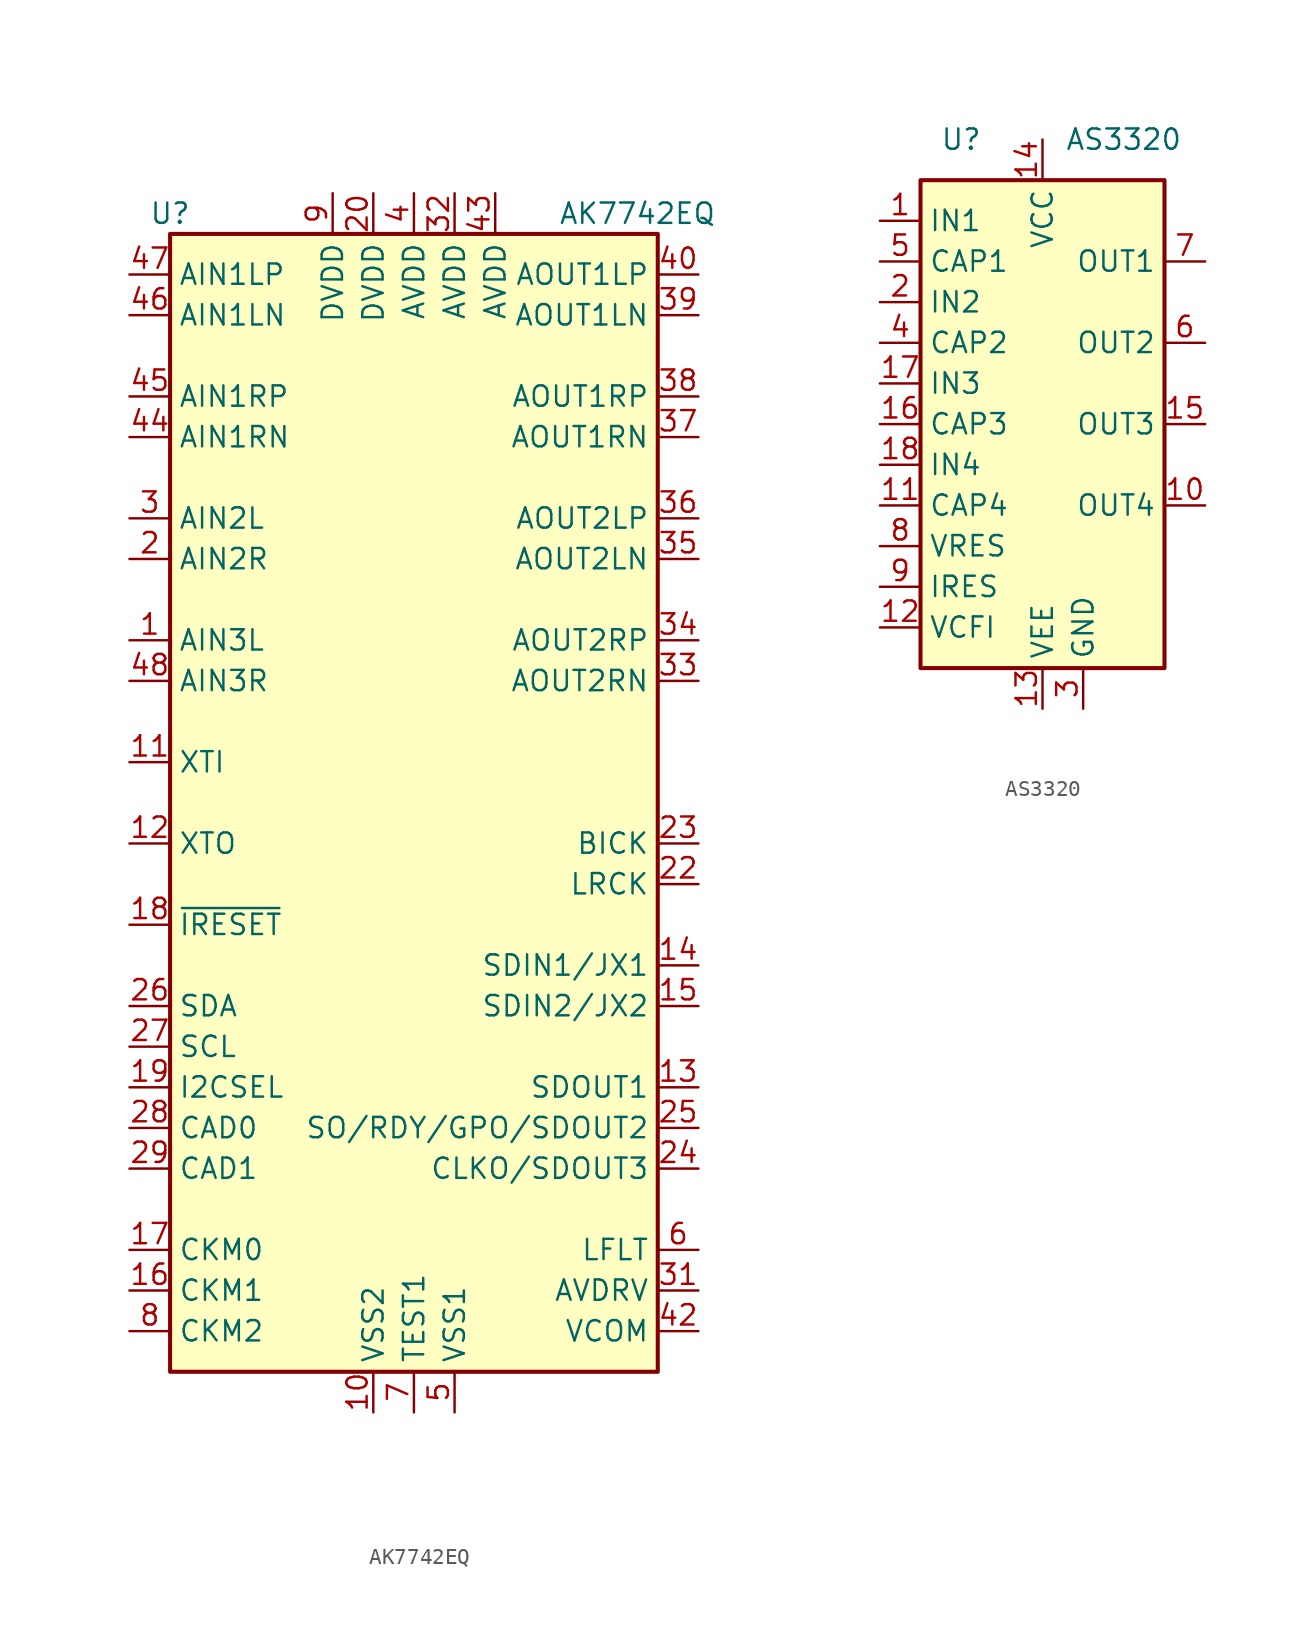
<source format=kicad_sym>
(kicad_symbol_lib
  (version 20231120)
  (generator "kicad_symbol_editor")
  (generator_version "8.0")
  (symbol "AK7742EQ"
    (property "Reference" "U"
      (at -15.24 36.83 0)
      (effects (font (size 1.27 1.27))))
    (property "Value" "AK7742EQ"
      (at 13.97 36.83 0)
      (effects (font (size 1.27 1.27))))
    (symbol "AK7742EQ_0_1"
      (rectangle (start -15.24 35.56) (end 15.24 -35.56) (stroke (width 0.254) (type solid)) (fill (type background))))
    (symbol "AK7742EQ_1_1"
      (pin input line (at -17.78 10.16 0) (length 2.54) (name "AIN3L" (effects (font (size 1.27 1.27)))) (number "1" (effects (font (size 1.27 1.27)))))
      (pin power_in line (at -2.54 -38.1 90) (length 2.54) (name "VSS2" (effects (font (size 1.27 1.27)))) (number "10" (effects (font (size 1.27 1.27)))))
      (pin input line (at -17.78 2.54 0) (length 2.54) (name "XTI" (effects (font (size 1.27 1.27)))) (number "11" (effects (font (size 1.27 1.27)))))
      (pin output line (at -17.78 -2.54 0) (length 2.54) (name "XTO" (effects (font (size 1.27 1.27)))) (number "12" (effects (font (size 1.27 1.27)))))
      (pin output line (at 17.78 -17.78 180) (length 2.54) (name "SDOUT1" (effects (font (size 1.27 1.27)))) (number "13" (effects (font (size 1.27 1.27)))))
      (pin input line (at 17.78 -10.16 180) (length 2.54) (name "SDIN1/JX1" (effects (font (size 1.27 1.27)))) (number "14" (effects (font (size 1.27 1.27)))))
      (pin input line (at 17.78 -12.7 180) (length 2.54) (name "SDIN2/JX2" (effects (font (size 1.27 1.27)))) (number "15" (effects (font (size 1.27 1.27)))))
      (pin input line (at -17.78 -30.48 0) (length 2.54) (name "CKM1" (effects (font (size 1.27 1.27)))) (number "16" (effects (font (size 1.27 1.27)))))
      (pin input line (at -17.78 -27.94 0) (length 2.54) (name "CKM0" (effects (font (size 1.27 1.27)))) (number "17" (effects (font (size 1.27 1.27)))))
      (pin input line (at -17.78 -7.62 0) (length 2.54) (name "~{IRESET}" (effects (font (size 1.27 1.27)))) (number "18" (effects (font (size 1.27 1.27)))))
      (pin input line (at -17.78 -17.78 0) (length 2.54) (name "I2CSEL" (effects (font (size 1.27 1.27)))) (number "19" (effects (font (size 1.27 1.27)))))
      (pin input line (at -17.78 15.24 0) (length 2.54) (name "AIN2R" (effects (font (size 1.27 1.27)))) (number "2" (effects (font (size 1.27 1.27)))))
      (pin power_in line (at -2.54 38.1 270) (length 2.54) (name "DVDD" (effects (font (size 1.27 1.27)))) (number "20" (effects (font (size 1.27 1.27)))))
      (pin passive line (at -2.54 -38.1 90) (length 2.54) hide (name "VSS2" (effects (font (size 1.27 1.27)))) (number "21" (effects (font (size 1.27 1.27)))))
      (pin bidirectional line (at 17.78 -5.08 180) (length 2.54) (name "LRCK" (effects (font (size 1.27 1.27)))) (number "22" (effects (font (size 1.27 1.27)))))
      (pin bidirectional line (at 17.78 -2.54 180) (length 2.54) (name "BICK" (effects (font (size 1.27 1.27)))) (number "23" (effects (font (size 1.27 1.27)))))
      (pin output line (at 17.78 -22.86 180) (length 2.54) (name "CLKO/SDOUT3" (effects (font (size 1.27 1.27)))) (number "24" (effects (font (size 1.27 1.27)))))
      (pin output line (at 17.78 -20.32 180) (length 2.54) (name "SO/RDY/GPO/SDOUT2" (effects (font (size 1.27 1.27)))) (number "25" (effects (font (size 1.27 1.27)))))
      (pin bidirectional line (at -17.78 -12.7 0) (length 2.54) (name "SDA" (effects (font (size 1.27 1.27)))) (number "26" (effects (font (size 1.27 1.27)))))
      (pin input line (at -17.78 -15.24 0) (length 2.54) (name "SCL" (effects (font (size 1.27 1.27)))) (number "27" (effects (font (size 1.27 1.27)))))
      (pin input line (at -17.78 -20.32 0) (length 2.54) (name "CAD0" (effects (font (size 1.27 1.27)))) (number "28" (effects (font (size 1.27 1.27)))))
      (pin input line (at -17.78 -22.86 0) (length 2.54) (name "CAD1" (effects (font (size 1.27 1.27)))) (number "29" (effects (font (size 1.27 1.27)))))
      (pin input line (at -17.78 17.78 0) (length 2.54) (name "AIN2L" (effects (font (size 1.27 1.27)))) (number "3" (effects (font (size 1.27 1.27)))))
      (pin passive line (at 2.54 -38.1 90) (length 2.54) hide (name "VSS1" (effects (font (size 1.27 1.27)))) (number "30" (effects (font (size 1.27 1.27)))))
      (pin passive line (at 17.78 -30.48 180) (length 2.54) (name "AVDRV" (effects (font (size 1.27 1.27)))) (number "31" (effects (font (size 1.27 1.27)))))
      (pin power_in line (at 2.54 38.1 270) (length 2.54) (name "AVDD" (effects (font (size 1.27 1.27)))) (number "32" (effects (font (size 1.27 1.27)))))
      (pin output line (at 17.78 7.62 180) (length 2.54) (name "AOUT2RN" (effects (font (size 1.27 1.27)))) (number "33" (effects (font (size 1.27 1.27)))))
      (pin output line (at 17.78 10.16 180) (length 2.54) (name "AOUT2RP" (effects (font (size 1.27 1.27)))) (number "34" (effects (font (size 1.27 1.27)))))
      (pin output line (at 17.78 15.24 180) (length 2.54) (name "AOUT2LN" (effects (font (size 1.27 1.27)))) (number "35" (effects (font (size 1.27 1.27)))))
      (pin output line (at 17.78 17.78 180) (length 2.54) (name "AOUT2LP" (effects (font (size 1.27 1.27)))) (number "36" (effects (font (size 1.27 1.27)))))
      (pin output line (at 17.78 22.86 180) (length 2.54) (name "AOUT1RN" (effects (font (size 1.27 1.27)))) (number "37" (effects (font (size 1.27 1.27)))))
      (pin output line (at 17.78 25.4 180) (length 2.54) (name "AOUT1RP" (effects (font (size 1.27 1.27)))) (number "38" (effects (font (size 1.27 1.27)))))
      (pin output line (at 17.78 30.48 180) (length 2.54) (name "AOUT1LN" (effects (font (size 1.27 1.27)))) (number "39" (effects (font (size 1.27 1.27)))))
      (pin power_in line (at 0 38.1 270) (length 2.54) (name "AVDD" (effects (font (size 1.27 1.27)))) (number "4" (effects (font (size 1.27 1.27)))))
      (pin output line (at 17.78 33.02 180) (length 2.54) (name "AOUT1LP" (effects (font (size 1.27 1.27)))) (number "40" (effects (font (size 1.27 1.27)))))
      (pin passive line (at 2.54 -38.1 90) (length 2.54) hide (name "VSS1" (effects (font (size 1.27 1.27)))) (number "41" (effects (font (size 1.27 1.27)))))
      (pin passive line (at 17.78 -33.02 180) (length 2.54) (name "VCOM" (effects (font (size 1.27 1.27)))) (number "42" (effects (font (size 1.27 1.27)))))
      (pin power_in line (at 5.08 38.1 270) (length 2.54) (name "AVDD" (effects (font (size 1.27 1.27)))) (number "43" (effects (font (size 1.27 1.27)))))
      (pin input line (at -17.78 22.86 0) (length 2.54) (name "AIN1RN" (effects (font (size 1.27 1.27)))) (number "44" (effects (font (size 1.27 1.27)))))
      (pin input line (at -17.78 25.4 0) (length 2.54) (name "AIN1RP" (effects (font (size 1.27 1.27)))) (number "45" (effects (font (size 1.27 1.27)))))
      (pin input line (at -17.78 30.48 0) (length 2.54) (name "AIN1LN" (effects (font (size 1.27 1.27)))) (number "46" (effects (font (size 1.27 1.27)))))
      (pin input line (at -17.78 33.02 0) (length 2.54) (name "AIN1LP" (effects (font (size 1.27 1.27)))) (number "47" (effects (font (size 1.27 1.27)))))
      (pin input line (at -17.78 7.62 0) (length 2.54) (name "AIN3R" (effects (font (size 1.27 1.27)))) (number "48" (effects (font (size 1.27 1.27)))))
      (pin power_in line (at 2.54 -38.1 90) (length 2.54) (name "VSS1" (effects (font (size 1.27 1.27)))) (number "5" (effects (font (size 1.27 1.27)))))
      (pin passive line (at 17.78 -27.94 180) (length 2.54) (name "LFLT" (effects (font (size 1.27 1.27)))) (number "6" (effects (font (size 1.27 1.27)))))
      (pin passive line (at 0 -38.1 90) (length 2.54) (name "TEST1" (effects (font (size 1.27 1.27)))) (number "7" (effects (font (size 1.27 1.27)))))
      (pin input line (at -17.78 -33.02 0) (length 2.54) (name "CKM2" (effects (font (size 1.27 1.27)))) (number "8" (effects (font (size 1.27 1.27)))))
      (pin power_in line (at -5.08 38.1 270) (length 2.54) (name "DVDD" (effects (font (size 1.27 1.27)))) (number "9" (effects (font (size 1.27 1.27)))))))
  (symbol "AS3320"
    (property "Reference" "U"
      (at -5.08 17.78 0)
      (effects (font (size 1.27 1.27))))
    (property "Value" "AS3320"
      (at 5.08 17.78 0)
      (effects (font (size 1.27 1.27))))
    (symbol "AS3320_0_1"
      (rectangle (start -7.62 15.24) (end 7.62 -15.24) (stroke (width 0.254) (type solid)) (fill (type background))))
    (symbol "AS3320_1_1"
      (pin input line (at -10.16 12.7 0) (length 2.54) (name "IN1" (effects (font (size 1.27 1.27)))) (number "1" (effects (font (size 1.27 1.27)))))
      (pin output line (at 10.16 -5.08 180) (length 2.54) (name "OUT4" (effects (font (size 1.27 1.27)))) (number "10" (effects (font (size 1.27 1.27)))))
      (pin passive line (at -10.16 -5.08 0) (length 2.54) (name "CAP4" (effects (font (size 1.27 1.27)))) (number "11" (effects (font (size 1.27 1.27)))))
      (pin input line (at -10.16 -12.7 0) (length 2.54) (name "VCFI" (effects (font (size 1.27 1.27)))) (number "12" (effects (font (size 1.27 1.27)))))
      (pin power_in line (at 0 -17.78 90) (length 2.54) (name "VEE" (effects (font (size 1.27 1.27)))) (number "13" (effects (font (size 1.27 1.27)))))
      (pin power_in line (at 0 17.78 270) (length 2.54) (name "VCC" (effects (font (size 1.27 1.27)))) (number "14" (effects (font (size 1.27 1.27)))))
      (pin output line (at 10.16 0 180) (length 2.54) (name "OUT3" (effects (font (size 1.27 1.27)))) (number "15" (effects (font (size 1.27 1.27)))))
      (pin passive line (at -10.16 0 0) (length 2.54) (name "CAP3" (effects (font (size 1.27 1.27)))) (number "16" (effects (font (size 1.27 1.27)))))
      (pin input line (at -10.16 2.54 0) (length 2.54) (name "IN3" (effects (font (size 1.27 1.27)))) (number "17" (effects (font (size 1.27 1.27)))))
      (pin input line (at -10.16 -2.54 0) (length 2.54) (name "IN4" (effects (font (size 1.27 1.27)))) (number "18" (effects (font (size 1.27 1.27)))))
      (pin input line (at -10.16 7.62 0) (length 2.54) (name "IN2" (effects (font (size 1.27 1.27)))) (number "2" (effects (font (size 1.27 1.27)))))
      (pin power_in line (at 2.54 -17.78 90) (length 2.54) (name "GND" (effects (font (size 1.27 1.27)))) (number "3" (effects (font (size 1.27 1.27)))))
      (pin passive line (at -10.16 5.08 0) (length 2.54) (name "CAP2" (effects (font (size 1.27 1.27)))) (number "4" (effects (font (size 1.27 1.27)))))
      (pin passive line (at -10.16 10.16 0) (length 2.54) (name "CAP1" (effects (font (size 1.27 1.27)))) (number "5" (effects (font (size 1.27 1.27)))))
      (pin output line (at 10.16 5.08 180) (length 2.54) (name "OUT2" (effects (font (size 1.27 1.27)))) (number "6" (effects (font (size 1.27 1.27)))))
      (pin output line (at 10.16 10.16 180) (length 2.54) (name "OUT1" (effects (font (size 1.27 1.27)))) (number "7" (effects (font (size 1.27 1.27)))))
      (pin input line (at -10.16 -7.62 0) (length 2.54) (name "VRES" (effects (font (size 1.27 1.27)))) (number "8" (effects (font (size 1.27 1.27)))))
      (pin input line (at -10.16 -10.16 0) (length 2.54) (name "IRES" (effects (font (size 1.27 1.27)))) (number "9" (effects (font (size 1.27 1.27))))))))
</source>
